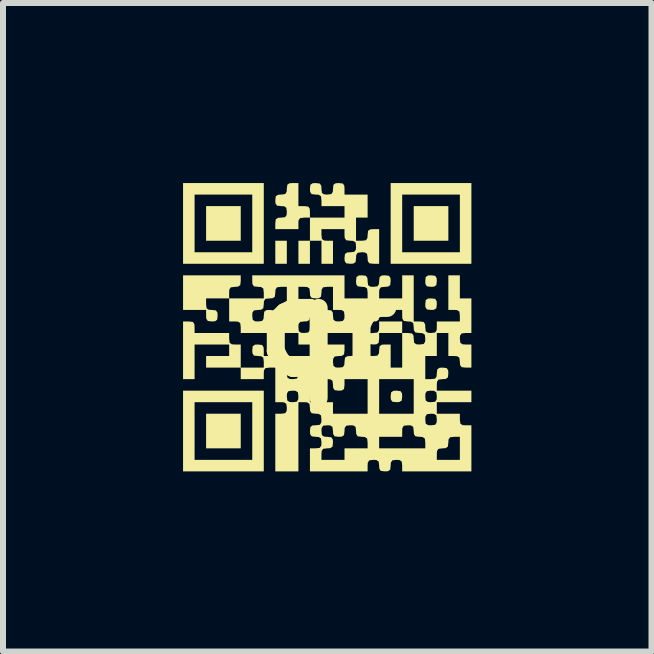
<source format=kicad_pcb>
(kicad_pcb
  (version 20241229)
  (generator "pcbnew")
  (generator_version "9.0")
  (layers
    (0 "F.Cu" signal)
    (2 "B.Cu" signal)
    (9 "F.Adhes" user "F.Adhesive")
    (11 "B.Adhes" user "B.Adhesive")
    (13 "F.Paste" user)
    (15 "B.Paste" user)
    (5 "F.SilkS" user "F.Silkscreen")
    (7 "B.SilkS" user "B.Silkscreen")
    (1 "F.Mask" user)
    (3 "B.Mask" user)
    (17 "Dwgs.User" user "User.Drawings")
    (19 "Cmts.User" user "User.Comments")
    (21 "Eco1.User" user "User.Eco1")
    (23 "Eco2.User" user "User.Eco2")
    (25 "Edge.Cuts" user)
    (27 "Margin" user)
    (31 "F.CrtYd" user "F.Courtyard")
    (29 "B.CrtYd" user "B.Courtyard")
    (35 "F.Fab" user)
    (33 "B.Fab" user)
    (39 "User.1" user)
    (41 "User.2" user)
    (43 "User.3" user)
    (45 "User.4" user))
  (footprint "qr"
    (layer "F.Cu")
    (at 2.402 2.402)
    (property "Reference" "qr" (at 0 0 0) (layer "F.SilkS") (effects (font (size 1.5 1.5) (thickness 0.3))))
    (attr board_only exclude_from_pos_files exclude_from_bom)
    (fp_poly (pts (xy -1.441 -1.73) (xy -1.441 -1.441) (xy -1.73 -1.441) (xy -2.018 -1.441) (xy -2.018 -1.73) (xy -2.018 -2.018) (xy -1.73 -2.018) (xy -1.441 -2.018)) (stroke (width 0) (type solid)) (fill yes) (layer "F.SilkS"))
    (fp_poly (pts (xy -1.441 1.73) (xy -1.441 2.018) (xy -1.73 2.018) (xy -2.018 2.018) (xy -2.018 1.73) (xy -2.018 1.441) (xy -1.73 1.441) (xy -1.441 1.441)) (stroke (width 0) (type solid)) (fill yes) (layer "F.SilkS"))
    (fp_poly (pts (xy -0.673 -1.249) (xy -0.673 -1.057) (xy -0.769 -1.057) (xy -0.865 -1.057) (xy -0.865 -1.249) (xy -0.865 -1.441) (xy -0.769 -1.441) (xy -0.673 -1.441)) (stroke (width 0) (type solid)) (fill yes) (layer "F.SilkS"))
    (fp_poly (pts (xy 2.018 -1.73) (xy 2.018 -1.441) (xy 1.73 -1.441) (xy 1.441 -1.441) (xy 1.441 -1.73) (xy 1.441 -2.018) (xy 1.73 -2.018) (xy 2.018 -2.018)) (stroke (width 0) (type solid)) (fill yes) (layer "F.SilkS"))
    (fp_poly (pts (xy 1.221 1.065) (xy 1.246 1.102) (xy 1.249 1.153) (xy 1.241 1.221) (xy 1.204 1.246) (xy 1.153 1.249) (xy 1.085 1.241) (xy 1.06 1.204) (xy 1.057 1.153) (xy 1.065 1.085) (xy 1.102 1.06) (xy 1.153 1.057)) (stroke (width 0) (type solid)) (fill yes) (layer "F.SilkS"))
    (fp_poly (pts (xy 1.798 -0.857) (xy 1.823 -0.819) (xy 1.826 -0.769) (xy 1.818 -0.701) (xy 1.78 -0.676) (xy 1.73 -0.673) (xy 1.662 -0.681) (xy 1.636 -0.718) (xy 1.634 -0.769) (xy 1.641 -0.837) (xy 1.679 -0.862) (xy 1.73 -0.865)) (stroke (width 0) (type solid)) (fill yes) (layer "F.SilkS"))
    (fp_poly (pts (xy 1.798 -0.473) (xy 1.823 -0.435) (xy 1.826 -0.384) (xy 1.818 -0.316) (xy 1.78 -0.291) (xy 1.73 -0.288) (xy 1.662 -0.296) (xy 1.636 -0.334) (xy 1.634 -0.384) (xy 1.641 -0.452) (xy 1.679 -0.478) (xy 1.73 -0.48)) (stroke (width 0) (type solid)) (fill yes) (layer "F.SilkS"))
    (fp_poly (pts (xy -1.057 -1.73) (xy -1.057 -1.057) (xy -1.73 -1.057) (xy -2.402 -1.057) (xy -2.402 -1.73) (xy -2.21 -1.73) (xy -2.21 -1.249) (xy -1.73 -1.249) (xy -1.249 -1.249) (xy -1.249 -1.73) (xy -1.249 -2.21) (xy -1.73 -2.21) (xy -2.21 -2.21) (xy -2.21 -1.73) (xy -2.402 -1.73) (xy -2.402 -2.402) (xy -1.73 -2.402) (xy -1.057 -2.402)) (stroke (width 0) (type solid)) (fill yes) (layer "F.SilkS"))
    (fp_poly (pts (xy -1.057 1.73) (xy -1.057 2.402) (xy -1.73 2.402) (xy -2.402 2.402) (xy -2.402 1.73) (xy -2.21 1.73) (xy -2.21 2.21) (xy -1.73 2.21) (xy -1.249 2.21) (xy -1.249 1.73) (xy -1.249 1.249) (xy -1.73 1.249) (xy -2.21 1.249) (xy -2.21 1.73) (xy -2.402 1.73) (xy -2.402 1.057) (xy -1.73 1.057) (xy -1.057 1.057)) (stroke (width 0) (type solid)) (fill yes) (layer "F.SilkS"))
    (fp_poly (pts (xy 2.402 -1.73) (xy 2.402 -1.057) (xy 1.73 -1.057) (xy 1.057 -1.057) (xy 1.057 -1.73) (xy 1.249 -1.73) (xy 1.249 -1.249) (xy 1.73 -1.249) (xy 2.21 -1.249) (xy 2.21 -1.73) (xy 2.21 -2.21) (xy 1.73 -2.21) (xy 1.249 -2.21) (xy 1.249 -1.73) (xy 1.057 -1.73) (xy 1.057 -2.402) (xy 1.73 -2.402) (xy 2.402 -2.402)) (stroke (width 0) (type solid)) (fill yes) (layer "F.SilkS"))
    (fp_poly (pts (xy 1.249 -0.000001) (xy 1.249 0.096) (xy 1.057 0.096) (xy 0.865 0.096) (xy 0.865 0.192) (xy 0.857 0.26) (xy 0.819 0.285) (xy 0.769 0.288) (xy 0.701 0.28) (xy 0.676 0.243) (xy 0.673 0.192) (xy 0.681 0.124) (xy 0.718 0.099) (xy 0.769 0.096) (xy 0.837 0.088) (xy 0.862 0.051) (xy 0.865 -0.000001) (xy 0.865 -0.096) (xy 1.057 -0.096) (xy 1.249 -0.096)) (stroke (width 0) (type solid)) (fill yes) (layer "F.SilkS"))
    (fp_poly (pts (xy -0.48 -2.21) (xy -0.48 -2.018) (xy -0.384 -2.018) (xy -0.316 -2.01) (xy -0.291 -1.973) (xy -0.288 -1.922) (xy -0.288 -1.826) (xy -0.000001 -1.826) (xy 0.288 -1.826) (xy 0.288 -1.922) (xy 0.288 -2.018) (xy 0.096 -2.018) (xy -0.096 -2.018) (xy -0.096 -2.114) (xy -0.104 -2.182) (xy -0.141 -2.207) (xy -0.192 -2.21) (xy -0.26 -2.218) (xy -0.285 -2.255) (xy -0.288 -2.306) (xy -0.28 -2.374) (xy -0.243 -2.399) (xy -0.192 -2.402) (xy -0.124 -2.394) (xy -0.099 -2.357) (xy -0.096 -2.306) (xy -0.088 -2.238) (xy -0.051 -2.213) (xy -0.000001 -2.21) (xy 0.068 -2.218) (xy 0.093 -2.255) (xy 0.096 -2.306) (xy 0.104 -2.374) (xy 0.141 -2.399) (xy 0.192 -2.402) (xy 0.26 -2.394) (xy 0.285 -2.357) (xy 0.288 -2.306) (xy 0.288 -2.21) (xy 0.48 -2.21) (xy 0.673 -2.21) (xy 0.673 -2.018) (xy 0.673 -1.826) (xy 0.577 -1.826) (xy 0.48 -1.826) (xy 0.48 -1.634) (xy 0.48 -1.441) (xy 0.577 -1.441) (xy 0.645 -1.449) (xy 0.67 -1.487) (xy 0.673 -1.537) (xy 0.681 -1.606) (xy 0.718 -1.631) (xy 0.769 -1.634) (xy 0.865 -1.634) (xy 0.865 -1.345) (xy 0.865 -1.057) (xy 0.769 -1.057) (xy 0.701 -1.065) (xy 0.676 -1.102) (xy 0.673 -1.153) (xy 0.665 -1.221) (xy 0.627 -1.246) (xy 0.577 -1.249) (xy 0.508 -1.241) (xy 0.483 -1.204) (xy 0.48 -1.153) (xy 0.473 -1.085) (xy 0.435 -1.06) (xy 0.384 -1.057) (xy 0.316 -1.065) (xy 0.291 -1.102) (xy 0.288 -1.153) (xy 0.296 -1.221) (xy 0.334 -1.246) (xy 0.384 -1.249) (xy 0.452 -1.257) (xy 0.478 -1.295) (xy 0.48 -1.345) (xy 0.473 -1.413) (xy 0.435 -1.438) (xy 0.384 -1.441) (xy 0.316 -1.449) (xy 0.291 -1.487) (xy 0.288 -1.537) (xy 0.288 -1.634) (xy 0.096 -1.634) (xy -0.096 -1.634) (xy -0.096 -1.537) (xy -0.088 -1.469) (xy -0.051 -1.444) (xy -0.000001 -1.441) (xy 0.096 -1.441) (xy 0.096 -1.249) (xy 0.096 -1.057) (xy -0.000001 -1.057) (xy -0.096 -1.057) (xy -0.096 -1.249) (xy -0.096 -1.441) (xy -0.192 -1.441) (xy -0.288 -1.441) (xy -0.288 -1.249) (xy -0.288 -1.057) (xy -0.384 -1.057) (xy -0.48 -1.057) (xy -0.48 -1.249) (xy -0.48 -1.441) (xy -0.384 -1.441) (xy -0.288 -1.441) (xy -0.288 -1.634) (xy -0.288 -1.826) (xy -0.384 -1.826) (xy -0.452 -1.818) (xy -0.478 -1.78) (xy -0.48 -1.73) (xy -0.48 -1.634) (xy -0.673 -1.634) (xy -0.865 -1.634) (xy -0.865 -1.73) (xy -0.857 -1.798) (xy -0.819 -1.823) (xy -0.769 -1.826) (xy -0.701 -1.834) (xy -0.676 -1.871) (xy -0.673 -1.922) (xy -0.681 -1.99) (xy -0.718 -2.015) (xy -0.769 -2.018) (xy -0.837 -2.026) (xy -0.862 -2.063) (xy -0.865 -2.114) (xy -0.857 -2.182) (xy -0.819 -2.207) (xy -0.769 -2.21) (xy -0.701 -2.218) (xy -0.676 -2.255) (xy -0.673 -2.306) (xy -0.665 -2.374) (xy -0.627 -2.399) (xy -0.577 -2.402) (xy -0.48 -2.402)) (stroke (width 0) (type solid)) (fill yes) (layer "F.SilkS"))
    (fp_poly (pts (xy -1.441 -0.769) (xy -1.449 -0.701) (xy -1.487 -0.676) (xy -1.537 -0.673) (xy -1.606 -0.665) (xy -1.631 -0.627) (xy -1.634 -0.577) (xy -1.634 -0.48) (xy -1.345 -0.48) (xy -1.057 -0.48) (xy -1.057 -0.577) (xy -1.065 -0.645) (xy -1.102 -0.67) (xy -1.153 -0.673) (xy -1.221 -0.681) (xy -1.246 -0.718) (xy -1.249 -0.769) (xy -1.249 -0.865) (xy -0.48 -0.865) (xy 0.288 -0.865) (xy 0.288 -0.673) (xy 0.288 -0.48) (xy 0.48 -0.48) (xy 0.673 -0.48) (xy 0.673 -0.577) (xy 0.665 -0.645) (xy 0.627 -0.67) (xy 0.577 -0.673) (xy 0.508 -0.681) (xy 0.483 -0.718) (xy 0.48 -0.769) (xy 0.488 -0.837) (xy 0.526 -0.862) (xy 0.577 -0.865) (xy 0.645 -0.857) (xy 0.67 -0.819) (xy 0.673 -0.769) (xy 0.681 -0.701) (xy 0.718 -0.676) (xy 0.769 -0.673) (xy 0.837 -0.681) (xy 0.862 -0.718) (xy 0.865 -0.769) (xy 0.873 -0.837) (xy 0.91 -0.862) (xy 0.961 -0.865) (xy 1.029 -0.857) (xy 1.054 -0.819) (xy 1.057 -0.769) (xy 1.049 -0.701) (xy 1.012 -0.676) (xy 0.961 -0.673) (xy 0.893 -0.665) (xy 0.868 -0.627) (xy 0.865 -0.577) (xy 0.865 -0.48) (xy 1.057 -0.48) (xy 1.249 -0.48) (xy 1.249 -0.673) (xy 1.249 -0.865) (xy 1.345 -0.865) (xy 1.441 -0.865) (xy 1.441 -0.48) (xy 1.441 -0.096) (xy 1.537 -0.096) (xy 1.606 -0.088) (xy 1.631 -0.051) (xy 1.634 -0.000001) (xy 1.641 0.068) (xy 1.679 0.093) (xy 1.73 0.096) (xy 1.798 0.088) (xy 1.823 0.051) (xy 1.826 -0.000001) (xy 1.826 -0.096) (xy 2.018 -0.096) (xy 2.21 -0.096) (xy 2.21 -0.192) (xy 2.202 -0.26) (xy 2.165 -0.285) (xy 2.114 -0.288) (xy 2.018 -0.288) (xy 2.018 -0.577) (xy 2.018 -0.865) (xy 2.114 -0.865) (xy 2.21 -0.865) (xy 2.21 -0.673) (xy 2.21 -0.48) (xy 2.306 -0.48) (xy 2.402 -0.48) (xy 2.402 -0.192) (xy 2.402 0.096) (xy 2.306 0.096) (xy 2.238 0.104) (xy 2.213 0.141) (xy 2.21 0.192) (xy 2.218 0.26) (xy 2.255 0.285) (xy 2.306 0.288) (xy 2.402 0.288) (xy 2.402 0.48) (xy 2.402 0.673) (xy 2.306 0.673) (xy 2.238 0.665) (xy 2.213 0.627) (xy 2.21 0.577) (xy 2.202 0.508) (xy 2.165 0.483) (xy 2.114 0.48) (xy 2.018 0.48) (xy 2.018 0.288) (xy 2.018 0.096) (xy 1.922 0.096) (xy 1.826 0.096) (xy 1.826 0.288) (xy 1.826 0.48) (xy 1.73 0.48) (xy 1.634 0.48) (xy 1.634 0.673) (xy 1.634 0.865) (xy 1.73 0.865) (xy 1.798 0.857) (xy 1.823 0.819) (xy 1.826 0.769) (xy 1.834 0.701) (xy 1.871 0.676) (xy 1.922 0.673) (xy 1.99 0.681) (xy 2.015 0.718) (xy 2.018 0.769) (xy 2.01 0.837) (xy 1.973 0.862) (xy 1.922 0.865) (xy 1.854 0.873) (xy 1.829 0.91) (xy 1.826 0.961) (xy 1.826 1.057) (xy 2.114 1.057) (xy 2.402 1.057) (xy 2.402 1.153) (xy 2.402 1.249) (xy 2.114 1.249) (xy 1.826 1.249) (xy 1.826 1.345) (xy 1.826 1.441) (xy 2.018 1.441) (xy 2.21 1.441) (xy 2.21 1.537) (xy 2.218 1.606) (xy 2.255 1.631) (xy 2.306 1.634) (xy 2.402 1.634) (xy 2.402 2.018) (xy 2.402 2.402) (xy 1.826 2.402) (xy 1.249 2.402) (xy 1.249 2.306) (xy 1.241 2.238) (xy 1.204 2.213) (xy 1.153 2.21) (xy 1.085 2.218) (xy 1.06 2.255) (xy 1.057 2.306) (xy 1.049 2.374) (xy 1.012 2.399) (xy 0.961 2.402) (xy 0.893 2.394) (xy 0.868 2.357) (xy 0.865 2.306) (xy 0.857 2.238) (xy 0.819 2.213) (xy 0.769 2.21) (xy 0.701 2.218) (xy 0.676 2.255) (xy 0.673 2.306) (xy 0.673 2.402) (xy 0.192 2.402) (xy -0.288 2.402) (xy -0.288 2.21) (xy -0.288 2.018) (xy -0.192 2.018) (xy -0.124 2.01) (xy -0.099 1.973) (xy -0.096 1.922) (xy -0.104 1.854) (xy -0.141 1.829) (xy -0.192 1.826) (xy -0.26 1.818) (xy -0.285 1.78) (xy -0.288 1.73) (xy -0.096 1.73) (xy -0.088 1.798) (xy -0.051 1.823) (xy -0.000001 1.826) (xy 0.068 1.834) (xy 0.093 1.871) (xy 0.096 1.922) (xy 0.088 1.99) (xy 0.051 2.015) (xy -0.000001 2.018) (xy -0.068 2.026) (xy -0.093 2.063) (xy -0.096 2.114) (xy -0.096 2.21) (xy 0.096 2.21) (xy 0.288 2.21) (xy 0.288 2.114) (xy 1.826 2.114) (xy 1.826 2.21) (xy 2.018 2.21) (xy 2.21 2.21) (xy 2.21 2.018) (xy 2.21 1.826) (xy 2.114 1.826) (xy 2.046 1.834) (xy 2.021 1.871) (xy 2.018 1.922) (xy 2.01 1.99) (xy 1.973 2.015) (xy 1.922 2.018) (xy 1.854 2.026) (xy 1.829 2.063) (xy 1.826 2.114) (xy 0.288 2.114) (xy 0.288 2.018) (xy 0.48 2.018) (xy 0.673 2.018) (xy 0.673 1.922) (xy 0.665 1.854) (xy 0.627 1.829) (xy 0.577 1.826) (xy 0.865 1.826) (xy 0.865 1.922) (xy 0.865 2.018) (xy 1.249 2.018) (xy 1.634 2.018) (xy 1.634 1.922) (xy 1.626 1.854) (xy 1.588 1.829) (xy 1.537 1.826) (xy 1.469 1.818) (xy 1.444 1.78) (xy 1.441 1.73) (xy 1.433 1.662) (xy 1.396 1.636) (xy 1.345 1.634) (xy 1.277 1.641) (xy 1.252 1.679) (xy 1.249 1.73) (xy 1.249 1.826) (xy 1.057 1.826) (xy 0.865 1.826) (xy 0.577 1.826) (xy 0.508 1.818) (xy 0.483 1.78) (xy 0.48 1.73) (xy 0.473 1.662) (xy 0.435 1.636) (xy 0.384 1.634) (xy 0.316 1.641) (xy 0.291 1.679) (xy 0.288 1.73) (xy 0.28 1.798) (xy 0.243 1.823) (xy 0.192 1.826) (xy 0.124 1.818) (xy 0.099 1.78) (xy 0.096 1.73) (xy 0.088 1.662) (xy 0.051 1.636) (xy -0.000001 1.634) (xy -0.068 1.641) (xy -0.093 1.679) (xy -0.096 1.73) (xy -0.288 1.73) (xy -0.28 1.662) (xy -0.243 1.636) (xy -0.192 1.634) (xy -0.124 1.626) (xy -0.099 1.588) (xy -0.096 1.537) (xy 1.634 1.537) (xy 1.641 1.606) (xy 1.679 1.631) (xy 1.73 1.634) (xy 1.798 1.626) (xy 1.823 1.588) (xy 1.826 1.537) (xy 1.818 1.469) (xy 1.78 1.444) (xy 1.73 1.441) (xy 1.662 1.449) (xy 1.636 1.487) (xy 1.634 1.537) (xy -0.096 1.537) (xy -0.104 1.469) (xy -0.141 1.444) (xy -0.192 1.441) (xy -0.26 1.433) (xy -0.285 1.396) (xy -0.288 1.345) (xy -0.296 1.277) (xy -0.334 1.252) (xy -0.384 1.249) (xy -0.48 1.249) (xy -0.48 1.826) (xy -0.48 2.402) (xy -0.673 2.402) (xy -0.865 2.402) (xy -0.865 1.922) (xy -0.865 1.441) (xy -0.769 1.441) (xy -0.701 1.433) (xy -0.676 1.396) (xy -0.673 1.345) (xy -0.681 1.277) (xy -0.718 1.252) (xy -0.769 1.249) (xy -0.865 1.249) (xy -0.865 1.153) (xy -0.673 1.153) (xy -0.665 1.221) (xy -0.627 1.246) (xy -0.577 1.249) (xy -0.508 1.241) (xy -0.483 1.204) (xy -0.48 1.153) (xy -0.288 1.153) (xy -0.288 1.249) (xy -0.096 1.249) (xy 0.096 1.249) (xy 0.096 1.345) (xy 0.096 1.441) (xy 0.384 1.441) (xy 0.673 1.441) (xy 0.673 1.153) (xy 0.865 1.153) (xy 0.865 1.441) (xy 1.153 1.441) (xy 1.441 1.441) (xy 1.441 1.153) (xy 1.634 1.153) (xy 1.641 1.221) (xy 1.679 1.246) (xy 1.73 1.249) (xy 1.798 1.241) (xy 1.823 1.204) (xy 1.826 1.153) (xy 1.818 1.085) (xy 1.78 1.06) (xy 1.73 1.057) (xy 1.662 1.065) (xy 1.636 1.102) (xy 1.634 1.153) (xy 1.441 1.153) (xy 1.441 0.865) (xy 1.153 0.865) (xy 0.865 0.865) (xy 0.865 1.153) (xy 0.673 1.153) (xy 0.673 0.865) (xy 0.48 0.865) (xy 0.288 0.865) (xy 0.288 0.961) (xy 0.28 1.029) (xy 0.243 1.054) (xy 0.192 1.057) (xy 0.124 1.049) (xy 0.099 1.012) (xy 0.096 0.961) (xy 0.088 0.893) (xy 0.051 0.868) (xy -0.000001 0.865) (xy -0.068 0.873) (xy -0.093 0.91) (xy -0.096 0.961) (xy -0.104 1.029) (xy -0.141 1.054) (xy -0.192 1.057) (xy -0.26 1.065) (xy -0.285 1.102) (xy -0.288 1.153) (xy -0.48 1.153) (xy -0.488 1.085) (xy -0.526 1.06) (xy -0.577 1.057) (xy -0.645 1.065) (xy -0.67 1.102) (xy -0.673 1.153) (xy -0.865 1.153) (xy -0.865 0.961) (xy -0.865 0.769) (xy -0.673 0.769) (xy -0.665 0.837) (xy -0.627 0.862) (xy -0.577 0.865) (xy -0.508 0.857) (xy -0.483 0.819) (xy -0.48 0.769) (xy -0.488 0.701) (xy -0.526 0.676) (xy -0.577 0.673) (xy -0.645 0.681) (xy -0.67 0.718) (xy -0.673 0.769) (xy -0.865 0.769) (xy -0.865 0.673) (xy -0.961 0.673) (xy -1.029 0.681) (xy -1.054 0.718) (xy -1.057 0.769) (xy -1.057 0.865) (xy -1.249 0.865) (xy -1.441 0.865) (xy -1.441 0.769) (xy -1.441 0.673) (xy -1.73 0.673) (xy -2.018 0.673) (xy -2.018 0.577) (xy -2.018 0.48) (xy -1.826 0.48) (xy -1.634 0.48) (xy -1.634 0.384) (xy -1.634 0.288) (xy -1.922 0.288) (xy -2.21 0.288) (xy -2.21 0.577) (xy -2.21 0.865) (xy -2.306 0.865) (xy -2.402 0.865) (xy -2.402 0.384) (xy -2.402 -0.096) (xy -2.306 -0.096) (xy -2.238 -0.088) (xy -2.213 -0.051) (xy -2.21 -0.000001) (xy -2.21 0.096) (xy -1.922 0.096) (xy -1.634 0.096) (xy -1.634 0.192) (xy -1.626 0.26) (xy -1.588 0.285) (xy -1.537 0.288) (xy -1.441 0.288) (xy -1.441 0.48) (xy -1.441 0.673) (xy -1.249 0.673) (xy -1.057 0.673) (xy -1.057 0.577) (xy -1.065 0.508) (xy -1.102 0.483) (xy -1.153 0.48) (xy -1.221 0.473) (xy -1.246 0.435) (xy -1.249 0.384) (xy -1.241 0.316) (xy -1.204 0.291) (xy -1.153 0.288) (xy -1.085 0.296) (xy -1.06 0.334) (xy -1.057 0.384) (xy -1.057 0.48) (xy -0.673 0.48) (xy -0.288 0.48) (xy -0.288 0.577) (xy -0.28 0.645) (xy -0.243 0.67) (xy -0.192 0.673) (xy -0.096 0.673) (xy -0.096 0.48) (xy -0.096 0.288) (xy 0.096 0.288) (xy 0.288 0.288) (xy 0.288 0.384) (xy 0.28 0.452) (xy 0.243 0.478) (xy 0.192 0.48) (xy 0.124 0.488) (xy 0.099 0.526) (xy 0.096 0.577) (xy 0.104 0.645) (xy 0.141 0.67) (xy 0.192 0.673) (xy 0.26 0.665) (xy 0.285 0.627) (xy 0.288 0.577) (xy 0.296 0.508) (xy 0.334 0.483) (xy 0.384 0.48) (xy 0.452 0.473) (xy 0.478 0.435) (xy 0.48 0.384) (xy 0.488 0.316) (xy 0.526 0.291) (xy 0.577 0.288) (xy 0.645 0.296) (xy 0.67 0.334) (xy 0.673 0.384) (xy 0.681 0.452) (xy 0.718 0.478) (xy 0.769 0.48) (xy 0.837 0.473) (xy 0.862 0.435) (xy 0.865 0.384) (xy 0.873 0.316) (xy 0.91 0.291) (xy 0.961 0.288) (xy 1.057 0.288) (xy 1.057 0.48) (xy 1.057 0.673) (xy 1.153 0.673) (xy 1.249 0.673) (xy 1.249 0.384) (xy 1.249 0.096) (xy 1.345 0.096) (xy 1.413 0.104) (xy 1.438 0.141) (xy 1.441 0.192) (xy 1.449 0.26) (xy 1.487 0.285) (xy 1.537 0.288) (xy 1.606 0.28) (xy 1.631 0.243) (xy 1.634 0.192) (xy 1.626 0.124) (xy 1.588 0.099) (xy 1.537 0.096) (xy 1.469 0.088) (xy 1.444 0.051) (xy 1.441 -0.000001) (xy 1.433 -0.068) (xy 1.396 -0.093) (xy 1.345 -0.096) (xy 1.277 -0.104) (xy 1.252 -0.141) (xy 1.249 -0.192) (xy 1.249 -0.288) (xy 1.057 -0.288) (xy 0.865 -0.288) (xy 0.865 -0.192) (xy 0.857 -0.124) (xy 0.819 -0.099) (xy 0.769 -0.096) (xy 0.701 -0.088) (xy 0.676 -0.051) (xy 0.673 -0.000001) (xy 0.673 0.096) (xy 0.288 0.096) (xy -0.096 0.096) (xy -0.096 0.192) (xy -0.096 0.288) (xy -0.288 0.288) (xy -0.48 0.288) (xy -0.48 0.192) (xy -0.48 0.096) (xy -0.961 0.096) (xy -1.441 0.096) (xy -1.441 -0.000001) (xy -1.449 -0.068) (xy -1.487 -0.093) (xy -1.537 -0.096) (xy -1.634 -0.096) (xy -1.634 -0.192) (xy -1.249 -0.192) (xy -1.241 -0.124) (xy -1.204 -0.099) (xy -1.153 -0.096) (xy -1.085 -0.104) (xy -1.06 -0.141) (xy -1.057 -0.192) (xy -1.049 -0.26) (xy -1.012 -0.285) (xy -0.961 -0.288) (xy -0.893 -0.28) (xy -0.868 -0.243) (xy -0.865 -0.192) (xy -0.857 -0.124) (xy -0.819 -0.099) (xy -0.769 -0.096) (xy -0.673 -0.096) (xy -0.673 -0.384) (xy -0.673 -0.48) (xy -0.48 -0.48) (xy -0.48 -0.288) (xy -0.384 -0.288) (xy -0.316 -0.28) (xy -0.291 -0.243) (xy -0.288 -0.192) (xy -0.296 -0.124) (xy -0.334 -0.099) (xy -0.384 -0.096) (xy -0.452 -0.088) (xy -0.478 -0.051) (xy -0.48 -0.000001) (xy -0.473 0.068) (xy -0.435 0.093) (xy -0.384 0.096) (xy -0.316 0.088) (xy -0.291 0.051) (xy -0.288 -0.000001) (xy -0.28 -0.068) (xy -0.243 -0.093) (xy -0.192 -0.096) (xy -0.124 -0.104) (xy -0.099 -0.141) (xy -0.096 -0.192) (xy -0.088 -0.26) (xy -0.051 -0.285) (xy -0.000001 -0.288) (xy 0.068 -0.28) (xy 0.093 -0.243) (xy 0.096 -0.192) (xy 0.104 -0.124) (xy 0.141 -0.099) (xy 0.192 -0.096) (xy 0.26 -0.104) (xy 0.285 -0.141) (xy 0.288 -0.192) (xy 0.28 -0.26) (xy 0.243 -0.285) (xy 0.192 -0.288) (xy 0.096 -0.288) (xy 0.096 -0.48) (xy 0.096 -0.673) (xy -0.000001 -0.673) (xy -0.068 -0.665) (xy -0.093 -0.627) (xy -0.096 -0.577) (xy -0.104 -0.508) (xy -0.141 -0.483) (xy -0.192 -0.48) (xy -0.26 -0.488) (xy -0.285 -0.526) (xy -0.288 -0.577) (xy -0.296 -0.645) (xy -0.334 -0.67) (xy -0.384 -0.673) (xy -0.48 -0.673) (xy -0.48 -0.48) (xy -0.673 -0.48) (xy -0.673 -0.673) (xy -0.769 -0.673) (xy -0.837 -0.665) (xy -0.862 -0.627) (xy -0.865 -0.577) (xy -0.873 -0.508) (xy -0.91 -0.483) (xy -0.961 -0.48) (xy -1.029 -0.473) (xy -1.054 -0.435) (xy -1.057 -0.384) (xy -1.065 -0.316) (xy -1.102 -0.291) (xy -1.153 -0.288) (xy -1.221 -0.28) (xy -1.246 -0.243) (xy -1.249 -0.192) (xy -1.634 -0.192) (xy -1.634 -0.288) (xy -1.634 -0.48) (xy -1.826 -0.48) (xy -2.018 -0.48) (xy -2.018 -0.384) (xy -2.01 -0.316) (xy -1.973 -0.291) (xy -1.922 -0.288) (xy -1.854 -0.28) (xy -1.829 -0.243) (xy -1.826 -0.192) (xy -1.834 -0.124) (xy -1.871 -0.099) (xy -1.922 -0.096) (xy -1.99 -0.104) (xy -2.015 -0.141) (xy -2.018 -0.192) (xy -2.018 -0.288) (xy -2.21 -0.288) (xy -2.402 -0.288) (xy -2.402 -0.577) (xy -2.402 -0.865) (xy -1.922 -0.865) (xy -1.441 -0.865)) (stroke (width 0) (type solid)) (fill yes) (layer "F.SilkS")))
  (gr_rect
    (start -3 -3)
    (end 7.805 7.805)
    (stroke (width 0.1) (type default))
    (fill no)
    (layer "Edge.Cuts")))
</source>
